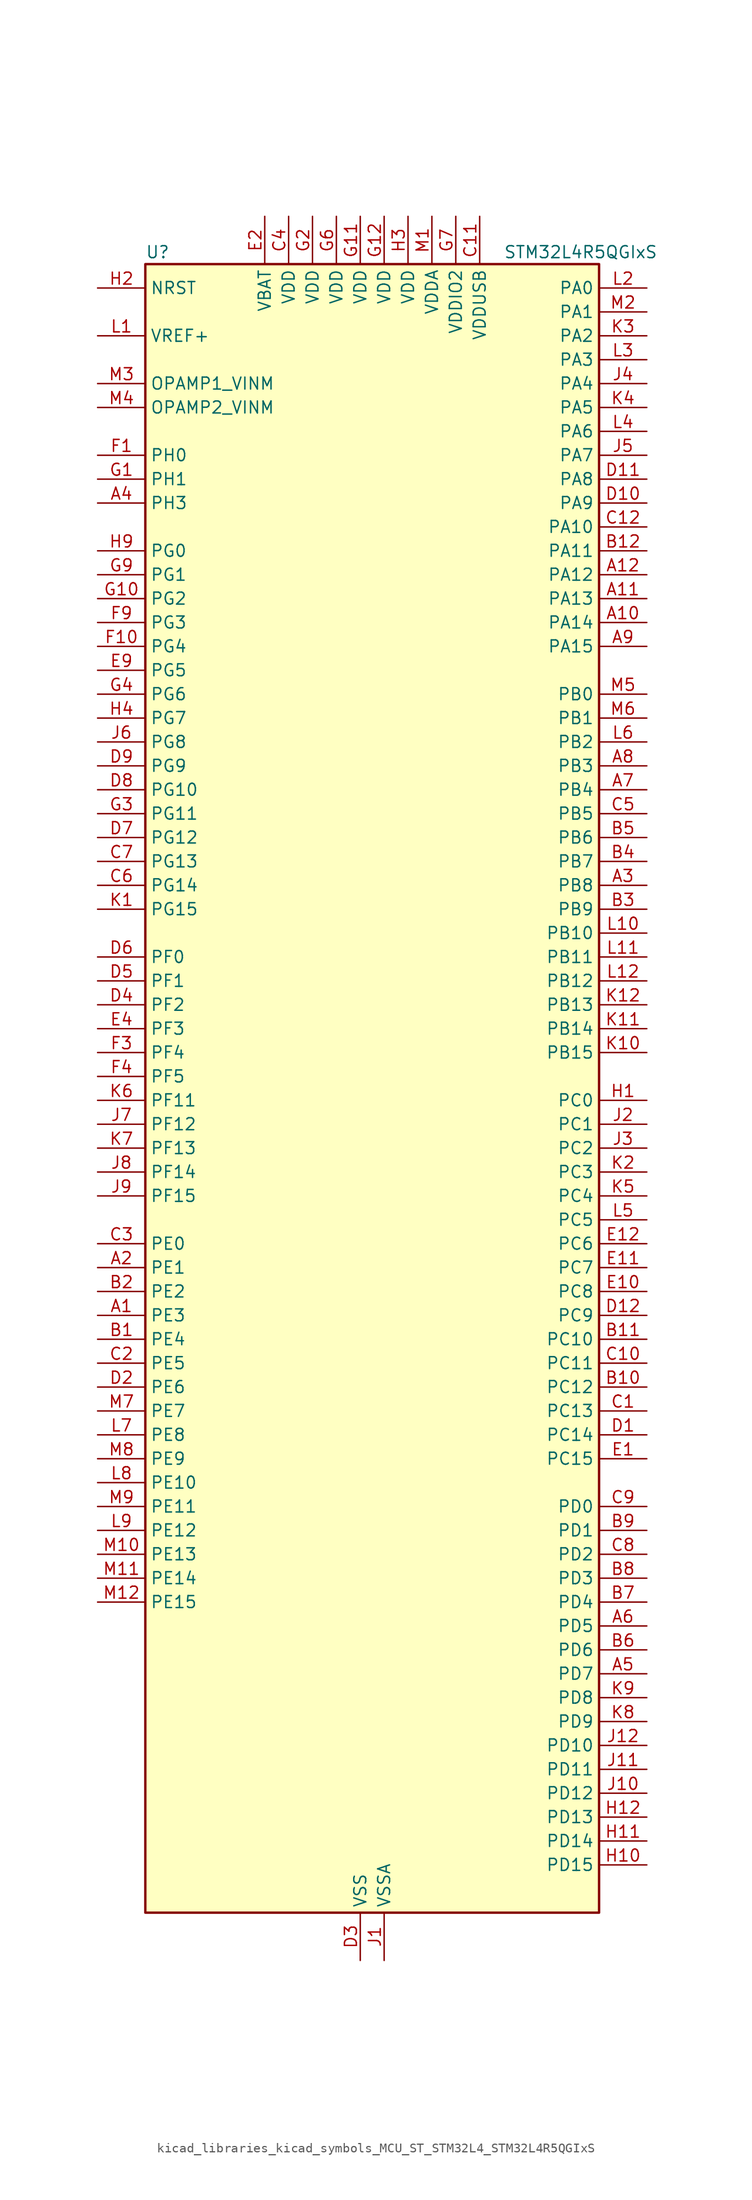
<source format=kicad_sym>
(kicad_symbol_lib
  (version 20220914)
  (generator kicad_symbol_editor)
  (symbol "kicad_libraries_kicad_symbols_MCU_ST_STM32L4_STM32L4R5QGIxS"
    (property "Reference" "U"
      (at -22.86 90.17 0)
      (effects (font (size 1.27 1.27)) (justify left)))
    (property "Value" "STM32L4R5QGIxS"
      (at 15.24 90.17 0)
      (effects (font (size 1.27 1.27)) (justify left)))
    (property "ki_locked" ""
      (at 0 0 0)
      (effects (font (size 1.27 1.27))))
    (symbol "kicad_libraries_kicad_symbols_MCU_ST_STM32L4_STM32L4R5QGIxS_0_1"
      (rectangle (start -22.86 -86.36) (end 25.4 88.9) (stroke (width 0.254) (type default)) (fill (type background))))
    (symbol "kicad_libraries_kicad_symbols_MCU_ST_STM32L4_STM32L4R5QGIxS_1_1"
      (pin bidirectional line (at -27.94 -22.86 0) (length 5.08) (name "PE3" (effects (font (size 1.27 1.27)))) (number "A1" (effects (font (size 1.27 1.27)))) (alternate "FMC_A19" bidirectional line) (alternate "OCTOSPIM_P1_DQS" bidirectional line) (alternate "SAI1_SD_B" bidirectional line) (alternate "SYS_TRACED0" bidirectional line) (alternate "TIM3_CH1" bidirectional line) (alternate "TSC_G7_IO2" bidirectional line))
      (pin bidirectional line (at 30.48 50.8 180) (length 5.08) (name "PA14" (effects (font (size 1.27 1.27)))) (number "A10" (effects (font (size 1.27 1.27)))) (alternate "I2C1_SMBA" bidirectional line) (alternate "I2C4_SMBA" bidirectional line) (alternate "LPTIM1_OUT" bidirectional line) (alternate "SAI1_FS_B" bidirectional line) (alternate "SYS_JTCK-SWCLK" bidirectional line) (alternate "USB_OTG_FS_SOF" bidirectional line))
      (pin bidirectional line (at 30.48 53.34 180) (length 5.08) (name "PA13" (effects (font (size 1.27 1.27)))) (number "A11" (effects (font (size 1.27 1.27)))) (alternate "IR_OUT" bidirectional line) (alternate "SAI1_SD_B" bidirectional line) (alternate "SYS_JTMS-SWDIO" bidirectional line) (alternate "USB_OTG_FS_NOE" bidirectional line))
      (pin bidirectional line (at 30.48 55.88 180) (length 5.08) (name "PA12" (effects (font (size 1.27 1.27)))) (number "A12" (effects (font (size 1.27 1.27)))) (alternate "CAN1_TX" bidirectional line) (alternate "SPI1_MOSI" bidirectional line) (alternate "TIM1_ETR" bidirectional line) (alternate "USART1_DE" bidirectional line) (alternate "USART1_RTS" bidirectional line) (alternate "USB_OTG_FS_DP" bidirectional line))
      (pin bidirectional line (at -27.94 -17.78 0) (length 5.08) (name "PE1" (effects (font (size 1.27 1.27)))) (number "A2" (effects (font (size 1.27 1.27)))) (alternate "DCMI_D3" bidirectional line) (alternate "FMC_NBL1" bidirectional line) (alternate "TIM17_CH1" bidirectional line))
      (pin bidirectional line (at 30.48 22.86 180) (length 5.08) (name "PB8" (effects (font (size 1.27 1.27)))) (number "A3" (effects (font (size 1.27 1.27)))) (alternate "CAN1_RX" bidirectional line) (alternate "DCMI_D6" bidirectional line) (alternate "DFSDM1_CKOUT" bidirectional line) (alternate "DFSDM1_DATIN6" bidirectional line) (alternate "I2C1_SCL" bidirectional line) (alternate "SAI1_CK1" bidirectional line) (alternate "SAI1_MCLK_A" bidirectional line) (alternate "SDMMC1_CKIN" bidirectional line) (alternate "SDMMC1_D4" bidirectional line) (alternate "TIM16_CH1" bidirectional line) (alternate "TIM4_CH3" bidirectional line))
      (pin bidirectional line (at -27.94 63.5 0) (length 5.08) (name "PH3" (effects (font (size 1.27 1.27)))) (number "A4" (effects (font (size 1.27 1.27)))))
      (pin bidirectional line (at 30.48 -60.96 180) (length 5.08) (name "PD7" (effects (font (size 1.27 1.27)))) (number "A5" (effects (font (size 1.27 1.27)))) (alternate "DFSDM1_CKIN1" bidirectional line) (alternate "FMC_NCE" bidirectional line) (alternate "FMC_NE1" bidirectional line) (alternate "OCTOSPIM_P1_IO7" bidirectional line) (alternate "USART2_CK" bidirectional line))
      (pin bidirectional line (at 30.48 -55.88 180) (length 5.08) (name "PD5" (effects (font (size 1.27 1.27)))) (number "A6" (effects (font (size 1.27 1.27)))) (alternate "FMC_NWE" bidirectional line) (alternate "OCTOSPIM_P1_IO5" bidirectional line) (alternate "USART2_TX" bidirectional line))
      (pin bidirectional line (at 30.48 33.02 180) (length 5.08) (name "PB4" (effects (font (size 1.27 1.27)))) (number "A7" (effects (font (size 1.27 1.27)))) (alternate "COMP2_INP" bidirectional line) (alternate "DCMI_D12" bidirectional line) (alternate "I2C3_SDA" bidirectional line) (alternate "SAI1_MCLK_B" bidirectional line) (alternate "SPI1_MISO" bidirectional line) (alternate "SPI3_MISO" bidirectional line) (alternate "SYS_JTRST" bidirectional line) (alternate "TIM17_BKIN" bidirectional line) (alternate "TIM3_CH1" bidirectional line) (alternate "TSC_G2_IO1" bidirectional line) (alternate "UART5_DE" bidirectional line) (alternate "UART5_RTS" bidirectional line) (alternate "USART1_CTS" bidirectional line) (alternate "USART1_NSS" bidirectional line))
      (pin bidirectional line (at 30.48 35.56 180) (length 5.08) (name "PB3" (effects (font (size 1.27 1.27)))) (number "A8" (effects (font (size 1.27 1.27)))) (alternate "COMP2_INM" bidirectional line) (alternate "CRS_SYNC" bidirectional line) (alternate "SAI1_SCK_B" bidirectional line) (alternate "SPI1_SCK" bidirectional line) (alternate "SPI3_SCK" bidirectional line) (alternate "SYS_JTDO-SWO" bidirectional line) (alternate "TIM2_CH2" bidirectional line) (alternate "USART1_DE" bidirectional line) (alternate "USART1_RTS" bidirectional line))
      (pin bidirectional line (at 30.48 48.26 180) (length 5.08) (name "PA15" (effects (font (size 1.27 1.27)))) (number "A9" (effects (font (size 1.27 1.27)))) (alternate "ADC1_EXTI15" bidirectional line) (alternate "SAI2_FS_B" bidirectional line) (alternate "SPI1_NSS" bidirectional line) (alternate "SPI3_NSS" bidirectional line) (alternate "SYS_JTDI" bidirectional line) (alternate "TIM2_CH1" bidirectional line) (alternate "TIM2_ETR" bidirectional line) (alternate "TSC_G3_IO1" bidirectional line) (alternate "UART4_DE" bidirectional line) (alternate "UART4_RTS" bidirectional line) (alternate "USART2_RX" bidirectional line) (alternate "USART3_DE" bidirectional line) (alternate "USART3_RTS" bidirectional line))
      (pin bidirectional line (at -27.94 -25.4 0) (length 5.08) (name "PE4" (effects (font (size 1.27 1.27)))) (number "B1" (effects (font (size 1.27 1.27)))) (alternate "DCMI_D4" bidirectional line) (alternate "DFSDM1_DATIN3" bidirectional line) (alternate "FMC_A20" bidirectional line) (alternate "SAI1_D2" bidirectional line) (alternate "SAI1_FS_A" bidirectional line) (alternate "SYS_TRACED1" bidirectional line) (alternate "TIM3_CH2" bidirectional line) (alternate "TSC_G7_IO3" bidirectional line))
      (pin bidirectional line (at 30.48 -30.48 180) (length 5.08) (name "PC12" (effects (font (size 1.27 1.27)))) (number "B10" (effects (font (size 1.27 1.27)))) (alternate "DCMI_D9" bidirectional line) (alternate "SAI2_SD_B" bidirectional line) (alternate "SDMMC1_CK" bidirectional line) (alternate "SPI3_MOSI" bidirectional line) (alternate "SYS_TRACED3" bidirectional line) (alternate "TSC_G3_IO4" bidirectional line) (alternate "UART5_TX" bidirectional line) (alternate "USART3_CK" bidirectional line))
      (pin bidirectional line (at 30.48 -25.4 180) (length 5.08) (name "PC10" (effects (font (size 1.27 1.27)))) (number "B11" (effects (font (size 1.27 1.27)))) (alternate "DCMI_D8" bidirectional line) (alternate "SAI2_SCK_B" bidirectional line) (alternate "SDMMC1_D2" bidirectional line) (alternate "SPI3_SCK" bidirectional line) (alternate "SYS_TRACED1" bidirectional line) (alternate "TSC_G3_IO2" bidirectional line) (alternate "UART4_TX" bidirectional line) (alternate "USART3_TX" bidirectional line))
      (pin bidirectional line (at 30.48 58.42 180) (length 5.08) (name "PA11" (effects (font (size 1.27 1.27)))) (number "B12" (effects (font (size 1.27 1.27)))) (alternate "ADC1_EXTI11" bidirectional line) (alternate "CAN1_RX" bidirectional line) (alternate "SPI1_MISO" bidirectional line) (alternate "TIM1_BKIN2" bidirectional line) (alternate "TIM1_CH4" bidirectional line) (alternate "USART1_CTS" bidirectional line) (alternate "USART1_NSS" bidirectional line) (alternate "USB_OTG_FS_DM" bidirectional line))
      (pin bidirectional line (at -27.94 -20.32 0) (length 5.08) (name "PE2" (effects (font (size 1.27 1.27)))) (number "B2" (effects (font (size 1.27 1.27)))) (alternate "FMC_A23" bidirectional line) (alternate "SAI1_CK1" bidirectional line) (alternate "SAI1_MCLK_A" bidirectional line) (alternate "SYS_TRACECLK" bidirectional line) (alternate "TIM3_ETR" bidirectional line) (alternate "TSC_G7_IO1" bidirectional line))
      (pin bidirectional line (at 30.48 20.32 180) (length 5.08) (name "PB9" (effects (font (size 1.27 1.27)))) (number "B3" (effects (font (size 1.27 1.27)))) (alternate "CAN1_TX" bidirectional line) (alternate "DAC1_EXTI9" bidirectional line) (alternate "DCMI_D7" bidirectional line) (alternate "DFSDM1_CKIN6" bidirectional line) (alternate "I2C1_SDA" bidirectional line) (alternate "IR_OUT" bidirectional line) (alternate "SAI1_D2" bidirectional line) (alternate "SAI1_FS_A" bidirectional line) (alternate "SDMMC1_CDIR" bidirectional line) (alternate "SDMMC1_D5" bidirectional line) (alternate "SPI2_NSS" bidirectional line) (alternate "TIM17_CH1" bidirectional line) (alternate "TIM4_CH4" bidirectional line))
      (pin bidirectional line (at 30.48 25.4 180) (length 5.08) (name "PB7" (effects (font (size 1.27 1.27)))) (number "B4" (effects (font (size 1.27 1.27)))) (alternate "COMP2_INM" bidirectional line) (alternate "DCMI_VSYNC" bidirectional line) (alternate "DFSDM1_CKIN5" bidirectional line) (alternate "FMC_NL" bidirectional line) (alternate "I2C1_SDA" bidirectional line) (alternate "I2C4_SDA" bidirectional line) (alternate "LPTIM1_IN2" bidirectional line) (alternate "SYS_PVD_IN" bidirectional line) (alternate "TIM17_CH1N" bidirectional line) (alternate "TIM4_CH2" bidirectional line) (alternate "TIM8_BKIN" bidirectional line) (alternate "TSC_G2_IO4" bidirectional line) (alternate "UART4_CTS" bidirectional line) (alternate "USART1_RX" bidirectional line))
      (pin bidirectional line (at 30.48 27.94 180) (length 5.08) (name "PB6" (effects (font (size 1.27 1.27)))) (number "B5" (effects (font (size 1.27 1.27)))) (alternate "COMP2_INP" bidirectional line) (alternate "DCMI_D5" bidirectional line) (alternate "DFSDM1_DATIN5" bidirectional line) (alternate "I2C1_SCL" bidirectional line) (alternate "I2C4_SCL" bidirectional line) (alternate "LPTIM1_ETR" bidirectional line) (alternate "SAI1_FS_B" bidirectional line) (alternate "TIM16_CH1N" bidirectional line) (alternate "TIM4_CH1" bidirectional line) (alternate "TIM8_BKIN2" bidirectional line) (alternate "TSC_G2_IO3" bidirectional line) (alternate "USART1_TX" bidirectional line))
      (pin bidirectional line (at 30.48 -58.42 180) (length 5.08) (name "PD6" (effects (font (size 1.27 1.27)))) (number "B6" (effects (font (size 1.27 1.27)))) (alternate "DCMI_D10" bidirectional line) (alternate "DFSDM1_DATIN1" bidirectional line) (alternate "FMC_NWAIT" bidirectional line) (alternate "OCTOSPIM_P1_IO6" bidirectional line) (alternate "SAI1_D1" bidirectional line) (alternate "SAI1_SD_A" bidirectional line) (alternate "SPI3_MOSI" bidirectional line) (alternate "USART2_RX" bidirectional line))
      (pin bidirectional line (at 30.48 -53.34 180) (length 5.08) (name "PD4" (effects (font (size 1.27 1.27)))) (number "B7" (effects (font (size 1.27 1.27)))) (alternate "DFSDM1_CKIN0" bidirectional line) (alternate "FMC_NOE" bidirectional line) (alternate "OCTOSPIM_P1_IO4" bidirectional line) (alternate "SPI2_MOSI" bidirectional line) (alternate "USART2_DE" bidirectional line) (alternate "USART2_RTS" bidirectional line))
      (pin bidirectional line (at 30.48 -50.8 180) (length 5.08) (name "PD3" (effects (font (size 1.27 1.27)))) (number "B8" (effects (font (size 1.27 1.27)))) (alternate "DCMI_D5" bidirectional line) (alternate "DFSDM1_DATIN0" bidirectional line) (alternate "FMC_CLK" bidirectional line) (alternate "OCTOSPIM_P2_NCS" bidirectional line) (alternate "SPI2_MISO" bidirectional line) (alternate "SPI2_SCK" bidirectional line) (alternate "USART2_CTS" bidirectional line) (alternate "USART2_NSS" bidirectional line))
      (pin bidirectional line (at 30.48 -45.72 180) (length 5.08) (name "PD1" (effects (font (size 1.27 1.27)))) (number "B9" (effects (font (size 1.27 1.27)))) (alternate "CAN1_TX" bidirectional line) (alternate "DFSDM1_CKIN7" bidirectional line) (alternate "FMC_D3" bidirectional line) (alternate "FMC_DA3" bidirectional line) (alternate "SPI2_SCK" bidirectional line))
      (pin bidirectional line (at 30.48 -33.02 180) (length 5.08) (name "PC13" (effects (font (size 1.27 1.27)))) (number "C1" (effects (font (size 1.27 1.27)))) (alternate "RTC_OUT_ALARM" bidirectional line) (alternate "RTC_OUT_CALIB" bidirectional line) (alternate "RTC_TAMP1" bidirectional line) (alternate "RTC_TS" bidirectional line) (alternate "SYS_WKUP2" bidirectional line))
      (pin bidirectional line (at 30.48 -27.94 180) (length 5.08) (name "PC11" (effects (font (size 1.27 1.27)))) (number "C10" (effects (font (size 1.27 1.27)))) (alternate "ADC1_EXTI11" bidirectional line) (alternate "DCMI_D2" bidirectional line) (alternate "DCMI_D4" bidirectional line) (alternate "OCTOSPIM_P1_NCS" bidirectional line) (alternate "SAI2_MCLK_B" bidirectional line) (alternate "SDMMC1_D3" bidirectional line) (alternate "SPI3_MISO" bidirectional line) (alternate "TSC_G3_IO3" bidirectional line) (alternate "UART4_RX" bidirectional line) (alternate "USART3_RX" bidirectional line))
      (pin power_in line (at 12.7 93.98 270) (length 5.08) (name "VDDUSB" (effects (font (size 1.27 1.27)))) (number "C11" (effects (font (size 1.27 1.27)))))
      (pin bidirectional line (at 30.48 60.96 180) (length 5.08) (name "PA10" (effects (font (size 1.27 1.27)))) (number "C12" (effects (font (size 1.27 1.27)))) (alternate "DCMI_D1" bidirectional line) (alternate "SAI1_D1" bidirectional line) (alternate "SAI1_SD_A" bidirectional line) (alternate "TIM17_BKIN" bidirectional line) (alternate "TIM1_CH3" bidirectional line) (alternate "USART1_RX" bidirectional line) (alternate "USB_OTG_FS_ID" bidirectional line))
      (pin bidirectional line (at -27.94 -27.94 0) (length 5.08) (name "PE5" (effects (font (size 1.27 1.27)))) (number "C2" (effects (font (size 1.27 1.27)))) (alternate "DCMI_D6" bidirectional line) (alternate "DFSDM1_CKIN3" bidirectional line) (alternate "FMC_A21" bidirectional line) (alternate "SAI1_CK2" bidirectional line) (alternate "SAI1_SCK_A" bidirectional line) (alternate "SYS_TRACED2" bidirectional line) (alternate "TIM3_CH3" bidirectional line) (alternate "TSC_G7_IO4" bidirectional line))
      (pin bidirectional line (at -27.94 -15.24 0) (length 5.08) (name "PE0" (effects (font (size 1.27 1.27)))) (number "C3" (effects (font (size 1.27 1.27)))) (alternate "DCMI_D2" bidirectional line) (alternate "FMC_NBL0" bidirectional line) (alternate "TIM16_CH1" bidirectional line) (alternate "TIM4_ETR" bidirectional line))
      (pin power_in line (at -7.62 93.98 270) (length 5.08) (name "VDD" (effects (font (size 1.27 1.27)))) (number "C4" (effects (font (size 1.27 1.27)))))
      (pin bidirectional line (at 30.48 30.48 180) (length 5.08) (name "PB5" (effects (font (size 1.27 1.27)))) (number "C5" (effects (font (size 1.27 1.27)))) (alternate "COMP2_OUT" bidirectional line) (alternate "DCMI_D10" bidirectional line) (alternate "I2C1_SMBA" bidirectional line) (alternate "LPTIM1_IN1" bidirectional line) (alternate "SAI1_SD_B" bidirectional line) (alternate "SPI1_MOSI" bidirectional line) (alternate "SPI3_MOSI" bidirectional line) (alternate "TIM16_BKIN" bidirectional line) (alternate "TIM3_CH2" bidirectional line) (alternate "TSC_G2_IO2" bidirectional line) (alternate "UART5_CTS" bidirectional line) (alternate "USART1_CK" bidirectional line))
      (pin bidirectional line (at -27.94 22.86 0) (length 5.08) (name "PG14" (effects (font (size 1.27 1.27)))) (number "C6" (effects (font (size 1.27 1.27)))) (alternate "FMC_A25" bidirectional line) (alternate "I2C1_SCL" bidirectional line))
      (pin bidirectional line (at -27.94 25.4 0) (length 5.08) (name "PG13" (effects (font (size 1.27 1.27)))) (number "C7" (effects (font (size 1.27 1.27)))) (alternate "FMC_A24" bidirectional line) (alternate "I2C1_SDA" bidirectional line) (alternate "USART1_CK" bidirectional line))
      (pin bidirectional line (at 30.48 -48.26 180) (length 5.08) (name "PD2" (effects (font (size 1.27 1.27)))) (number "C8" (effects (font (size 1.27 1.27)))) (alternate "DCMI_D11" bidirectional line) (alternate "SDMMC1_CMD" bidirectional line) (alternate "SYS_TRACED2" bidirectional line) (alternate "TIM3_ETR" bidirectional line) (alternate "TSC_SYNC" bidirectional line) (alternate "UART5_RX" bidirectional line) (alternate "USART3_DE" bidirectional line) (alternate "USART3_RTS" bidirectional line))
      (pin bidirectional line (at 30.48 -43.18 180) (length 5.08) (name "PD0" (effects (font (size 1.27 1.27)))) (number "C9" (effects (font (size 1.27 1.27)))) (alternate "CAN1_RX" bidirectional line) (alternate "DFSDM1_DATIN7" bidirectional line) (alternate "FMC_D2" bidirectional line) (alternate "FMC_DA2" bidirectional line) (alternate "SPI2_NSS" bidirectional line))
      (pin bidirectional line (at 30.48 -35.56 180) (length 5.08) (name "PC14" (effects (font (size 1.27 1.27)))) (number "D1" (effects (font (size 1.27 1.27)))) (alternate "RCC_OSC32_IN" bidirectional line))
      (pin bidirectional line (at 30.48 63.5 180) (length 5.08) (name "PA9" (effects (font (size 1.27 1.27)))) (number "D10" (effects (font (size 1.27 1.27)))) (alternate "DAC1_EXTI9" bidirectional line) (alternate "DCMI_D0" bidirectional line) (alternate "SAI1_FS_A" bidirectional line) (alternate "SPI2_SCK" bidirectional line) (alternate "TIM15_BKIN" bidirectional line) (alternate "TIM1_CH2" bidirectional line) (alternate "USART1_TX" bidirectional line) (alternate "USB_OTG_FS_VBUS" bidirectional line))
      (pin bidirectional line (at 30.48 66.04 180) (length 5.08) (name "PA8" (effects (font (size 1.27 1.27)))) (number "D11" (effects (font (size 1.27 1.27)))) (alternate "LPTIM2_OUT" bidirectional line) (alternate "RCC_MCO" bidirectional line) (alternate "SAI1_CK2" bidirectional line) (alternate "SAI1_SCK_A" bidirectional line) (alternate "TIM1_CH1" bidirectional line) (alternate "USART1_CK" bidirectional line) (alternate "USB_OTG_FS_SOF" bidirectional line))
      (pin bidirectional line (at 30.48 -22.86 180) (length 5.08) (name "PC9" (effects (font (size 1.27 1.27)))) (number "D12" (effects (font (size 1.27 1.27)))) (alternate "DAC1_EXTI9" bidirectional line) (alternate "DCMI_D3" bidirectional line) (alternate "I2C3_SDA" bidirectional line) (alternate "SAI2_EXTCLK" bidirectional line) (alternate "SDMMC1_D1" bidirectional line) (alternate "SYS_TRACED0" bidirectional line) (alternate "TIM3_CH4" bidirectional line) (alternate "TIM8_BKIN2" bidirectional line) (alternate "TIM8_CH4" bidirectional line) (alternate "TSC_G4_IO4" bidirectional line) (alternate "USB_OTG_FS_NOE" bidirectional line))
      (pin bidirectional line (at -27.94 -30.48 0) (length 5.08) (name "PE6" (effects (font (size 1.27 1.27)))) (number "D2" (effects (font (size 1.27 1.27)))) (alternate "DCMI_D7" bidirectional line) (alternate "FMC_A22" bidirectional line) (alternate "RTC_TAMP3" bidirectional line) (alternate "SAI1_D1" bidirectional line) (alternate "SAI1_SD_A" bidirectional line) (alternate "SYS_TRACED3" bidirectional line) (alternate "SYS_WKUP3" bidirectional line) (alternate "TIM3_CH4" bidirectional line))
      (pin power_in line (at 0 -91.44 90) (length 5.08) (name "VSS" (effects (font (size 1.27 1.27)))) (number "D3" (effects (font (size 1.27 1.27)))))
      (pin bidirectional line (at -27.94 10.16 0) (length 5.08) (name "PF2" (effects (font (size 1.27 1.27)))) (number "D4" (effects (font (size 1.27 1.27)))) (alternate "FMC_A2" bidirectional line) (alternate "I2C2_SMBA" bidirectional line) (alternate "OCTOSPIM_P2_IO2" bidirectional line))
      (pin bidirectional line (at -27.94 12.7 0) (length 5.08) (name "PF1" (effects (font (size 1.27 1.27)))) (number "D5" (effects (font (size 1.27 1.27)))) (alternate "FMC_A1" bidirectional line) (alternate "I2C2_SCL" bidirectional line) (alternate "OCTOSPIM_P2_IO1" bidirectional line))
      (pin bidirectional line (at -27.94 15.24 0) (length 5.08) (name "PF0" (effects (font (size 1.27 1.27)))) (number "D6" (effects (font (size 1.27 1.27)))) (alternate "FMC_A0" bidirectional line) (alternate "I2C2_SDA" bidirectional line) (alternate "OCTOSPIM_P2_IO0" bidirectional line))
      (pin bidirectional line (at -27.94 27.94 0) (length 5.08) (name "PG12" (effects (font (size 1.27 1.27)))) (number "D7" (effects (font (size 1.27 1.27)))) (alternate "FMC_NE4" bidirectional line) (alternate "LPTIM1_ETR" bidirectional line) (alternate "OCTOSPIM_P2_NCS" bidirectional line) (alternate "SAI2_SD_A" bidirectional line) (alternate "SPI3_NSS" bidirectional line) (alternate "USART1_DE" bidirectional line) (alternate "USART1_RTS" bidirectional line))
      (pin bidirectional line (at -27.94 33.02 0) (length 5.08) (name "PG10" (effects (font (size 1.27 1.27)))) (number "D8" (effects (font (size 1.27 1.27)))) (alternate "FMC_NE3" bidirectional line) (alternate "LPTIM1_IN1" bidirectional line) (alternate "OCTOSPIM_P2_IO7" bidirectional line) (alternate "SAI2_FS_A" bidirectional line) (alternate "SPI3_MISO" bidirectional line) (alternate "TIM15_CH1" bidirectional line) (alternate "USART1_RX" bidirectional line))
      (pin bidirectional line (at -27.94 35.56 0) (length 5.08) (name "PG9" (effects (font (size 1.27 1.27)))) (number "D9" (effects (font (size 1.27 1.27)))) (alternate "DAC1_EXTI9" bidirectional line) (alternate "FMC_NCE" bidirectional line) (alternate "FMC_NE2" bidirectional line) (alternate "OCTOSPIM_P2_IO6" bidirectional line) (alternate "SAI2_SCK_A" bidirectional line) (alternate "SPI3_SCK" bidirectional line) (alternate "TIM15_CH1N" bidirectional line) (alternate "USART1_TX" bidirectional line))
      (pin bidirectional line (at 30.48 -38.1 180) (length 5.08) (name "PC15" (effects (font (size 1.27 1.27)))) (number "E1" (effects (font (size 1.27 1.27)))) (alternate "ADC1_EXTI15" bidirectional line) (alternate "RCC_OSC32_OUT" bidirectional line))
      (pin bidirectional line (at 30.48 -20.32 180) (length 5.08) (name "PC8" (effects (font (size 1.27 1.27)))) (number "E10" (effects (font (size 1.27 1.27)))) (alternate "DCMI_D2" bidirectional line) (alternate "SDMMC1_D0" bidirectional line) (alternate "TIM3_CH3" bidirectional line) (alternate "TIM8_CH3" bidirectional line) (alternate "TSC_G4_IO3" bidirectional line))
      (pin bidirectional line (at 30.48 -17.78 180) (length 5.08) (name "PC7" (effects (font (size 1.27 1.27)))) (number "E11" (effects (font (size 1.27 1.27)))) (alternate "DCMI_D1" bidirectional line) (alternate "DFSDM1_DATIN3" bidirectional line) (alternate "SAI2_MCLK_B" bidirectional line) (alternate "SDMMC1_D123DIR" bidirectional line) (alternate "SDMMC1_D7" bidirectional line) (alternate "TIM3_CH2" bidirectional line) (alternate "TIM8_CH2" bidirectional line) (alternate "TSC_G4_IO2" bidirectional line))
      (pin bidirectional line (at 30.48 -15.24 180) (length 5.08) (name "PC6" (effects (font (size 1.27 1.27)))) (number "E12" (effects (font (size 1.27 1.27)))) (alternate "DCMI_D0" bidirectional line) (alternate "DFSDM1_CKIN3" bidirectional line) (alternate "SAI2_MCLK_A" bidirectional line) (alternate "SDMMC1_D0DIR" bidirectional line) (alternate "SDMMC1_D6" bidirectional line) (alternate "TIM3_CH1" bidirectional line) (alternate "TIM8_CH1" bidirectional line) (alternate "TSC_G4_IO1" bidirectional line))
      (pin power_in line (at -10.16 93.98 270) (length 5.08) (name "VBAT" (effects (font (size 1.27 1.27)))) (number "E2" (effects (font (size 1.27 1.27)))))
      (pin passive line (at 0 -91.44 90) (length 5.08) hide (name "VSS" (effects (font (size 1.27 1.27)))) (number "E3" (effects (font (size 1.27 1.27)))))
      (pin bidirectional line (at -27.94 7.62 0) (length 5.08) (name "PF3" (effects (font (size 1.27 1.27)))) (number "E4" (effects (font (size 1.27 1.27)))) (alternate "FMC_A3" bidirectional line) (alternate "OCTOSPIM_P2_IO3" bidirectional line))
      (pin bidirectional line (at -27.94 45.72 0) (length 5.08) (name "PG5" (effects (font (size 1.27 1.27)))) (number "E9" (effects (font (size 1.27 1.27)))) (alternate "FMC_A15" bidirectional line) (alternate "LPUART1_CTS" bidirectional line) (alternate "SAI2_SD_B" bidirectional line) (alternate "SPI1_NSS" bidirectional line))
      (pin bidirectional line (at -27.94 68.58 0) (length 5.08) (name "PH0" (effects (font (size 1.27 1.27)))) (number "F1" (effects (font (size 1.27 1.27)))) (alternate "RCC_OSC_IN" bidirectional line))
      (pin bidirectional line (at -27.94 48.26 0) (length 5.08) (name "PG4" (effects (font (size 1.27 1.27)))) (number "F10" (effects (font (size 1.27 1.27)))) (alternate "FMC_A14" bidirectional line) (alternate "SAI2_MCLK_B" bidirectional line) (alternate "SPI1_MOSI" bidirectional line))
      (pin passive line (at 0 -91.44 90) (length 5.08) hide (name "VSS" (effects (font (size 1.27 1.27)))) (number "F11" (effects (font (size 1.27 1.27)))))
      (pin passive line (at 0 -91.44 90) (length 5.08) hide (name "VSS" (effects (font (size 1.27 1.27)))) (number "F12" (effects (font (size 1.27 1.27)))))
      (pin passive line (at 0 -91.44 90) (length 5.08) hide (name "VSS" (effects (font (size 1.27 1.27)))) (number "F2" (effects (font (size 1.27 1.27)))))
      (pin bidirectional line (at -27.94 5.08 0) (length 5.08) (name "PF4" (effects (font (size 1.27 1.27)))) (number "F3" (effects (font (size 1.27 1.27)))) (alternate "FMC_A4" bidirectional line) (alternate "OCTOSPIM_P2_CLK" bidirectional line))
      (pin bidirectional line (at -27.94 2.54 0) (length 5.08) (name "PF5" (effects (font (size 1.27 1.27)))) (number "F4" (effects (font (size 1.27 1.27)))) (alternate "FMC_A5" bidirectional line))
      (pin passive line (at 0 -91.44 90) (length 5.08) hide (name "VSS" (effects (font (size 1.27 1.27)))) (number "F6" (effects (font (size 1.27 1.27)))))
      (pin passive line (at 0 -91.44 90) (length 5.08) hide (name "VSS" (effects (font (size 1.27 1.27)))) (number "F7" (effects (font (size 1.27 1.27)))))
      (pin bidirectional line (at -27.94 50.8 0) (length 5.08) (name "PG3" (effects (font (size 1.27 1.27)))) (number "F9" (effects (font (size 1.27 1.27)))) (alternate "FMC_A13" bidirectional line) (alternate "SAI2_FS_B" bidirectional line) (alternate "SPI1_MISO" bidirectional line))
      (pin bidirectional line (at -27.94 66.04 0) (length 5.08) (name "PH1" (effects (font (size 1.27 1.27)))) (number "G1" (effects (font (size 1.27 1.27)))) (alternate "RCC_OSC_OUT" bidirectional line))
      (pin bidirectional line (at -27.94 53.34 0) (length 5.08) (name "PG2" (effects (font (size 1.27 1.27)))) (number "G10" (effects (font (size 1.27 1.27)))) (alternate "FMC_A12" bidirectional line) (alternate "SAI2_SCK_B" bidirectional line) (alternate "SPI1_SCK" bidirectional line))
      (pin power_in line (at 0 93.98 270) (length 5.08) (name "VDD" (effects (font (size 1.27 1.27)))) (number "G11" (effects (font (size 1.27 1.27)))))
      (pin power_in line (at 2.54 93.98 270) (length 5.08) (name "VDD" (effects (font (size 1.27 1.27)))) (number "G12" (effects (font (size 1.27 1.27)))))
      (pin power_in line (at -5.08 93.98 270) (length 5.08) (name "VDD" (effects (font (size 1.27 1.27)))) (number "G2" (effects (font (size 1.27 1.27)))))
      (pin bidirectional line (at -27.94 30.48 0) (length 5.08) (name "PG11" (effects (font (size 1.27 1.27)))) (number "G3" (effects (font (size 1.27 1.27)))) (alternate "ADC1_EXTI11" bidirectional line) (alternate "LPTIM1_IN2" bidirectional line) (alternate "OCTOSPIM_P1_IO5" bidirectional line) (alternate "SAI2_MCLK_A" bidirectional line) (alternate "SPI3_MOSI" bidirectional line) (alternate "TIM15_CH2" bidirectional line) (alternate "USART1_CTS" bidirectional line) (alternate "USART1_NSS" bidirectional line))
      (pin bidirectional line (at -27.94 43.18 0) (length 5.08) (name "PG6" (effects (font (size 1.27 1.27)))) (number "G4" (effects (font (size 1.27 1.27)))) (alternate "I2C3_SMBA" bidirectional line) (alternate "LPUART1_DE" bidirectional line) (alternate "LPUART1_RTS" bidirectional line) (alternate "OCTOSPIM_P1_DQS" bidirectional line))
      (pin power_in line (at -2.54 93.98 270) (length 5.08) (name "VDD" (effects (font (size 1.27 1.27)))) (number "G6" (effects (font (size 1.27 1.27)))))
      (pin power_in line (at 10.16 93.98 270) (length 5.08) (name "VDDIO2" (effects (font (size 1.27 1.27)))) (number "G7" (effects (font (size 1.27 1.27)))))
      (pin bidirectional line (at -27.94 55.88 0) (length 5.08) (name "PG1" (effects (font (size 1.27 1.27)))) (number "G9" (effects (font (size 1.27 1.27)))) (alternate "FMC_A11" bidirectional line) (alternate "OCTOSPIM_P2_IO5" bidirectional line) (alternate "TSC_G8_IO4" bidirectional line))
      (pin bidirectional line (at 30.48 0 180) (length 5.08) (name "PC0" (effects (font (size 1.27 1.27)))) (number "H1" (effects (font (size 1.27 1.27)))) (alternate "ADC1_IN1" bidirectional line) (alternate "DFSDM1_DATIN4" bidirectional line) (alternate "I2C3_SCL" bidirectional line) (alternate "LPTIM1_IN1" bidirectional line) (alternate "LPTIM2_IN1" bidirectional line) (alternate "LPUART1_RX" bidirectional line) (alternate "SAI2_FS_A" bidirectional line))
      (pin bidirectional line (at 30.48 -81.28 180) (length 5.08) (name "PD15" (effects (font (size 1.27 1.27)))) (number "H10" (effects (font (size 1.27 1.27)))) (alternate "ADC1_EXTI15" bidirectional line) (alternate "FMC_D1" bidirectional line) (alternate "FMC_DA1" bidirectional line) (alternate "TIM4_CH4" bidirectional line))
      (pin bidirectional line (at 30.48 -78.74 180) (length 5.08) (name "PD14" (effects (font (size 1.27 1.27)))) (number "H11" (effects (font (size 1.27 1.27)))) (alternate "FMC_D0" bidirectional line) (alternate "FMC_DA0" bidirectional line) (alternate "TIM4_CH3" bidirectional line))
      (pin bidirectional line (at 30.48 -76.2 180) (length 5.08) (name "PD13" (effects (font (size 1.27 1.27)))) (number "H12" (effects (font (size 1.27 1.27)))) (alternate "FMC_A18" bidirectional line) (alternate "I2C4_SDA" bidirectional line) (alternate "LPTIM2_OUT" bidirectional line) (alternate "TIM4_CH2" bidirectional line) (alternate "TSC_G6_IO4" bidirectional line))
      (pin input line (at -27.94 86.36 0) (length 5.08) (name "NRST" (effects (font (size 1.27 1.27)))) (number "H2" (effects (font (size 1.27 1.27)))))
      (pin power_in line (at 5.08 93.98 270) (length 5.08) (name "VDD" (effects (font (size 1.27 1.27)))) (number "H3" (effects (font (size 1.27 1.27)))))
      (pin bidirectional line (at -27.94 40.64 0) (length 5.08) (name "PG7" (effects (font (size 1.27 1.27)))) (number "H4" (effects (font (size 1.27 1.27)))) (alternate "DFSDM1_CKOUT" bidirectional line) (alternate "FMC_INT" bidirectional line) (alternate "I2C3_SCL" bidirectional line) (alternate "LPUART1_TX" bidirectional line) (alternate "OCTOSPIM_P2_DQS" bidirectional line) (alternate "SAI1_CK1" bidirectional line) (alternate "SAI1_MCLK_A" bidirectional line))
      (pin bidirectional line (at -27.94 58.42 0) (length 5.08) (name "PG0" (effects (font (size 1.27 1.27)))) (number "H9" (effects (font (size 1.27 1.27)))) (alternate "FMC_A10" bidirectional line) (alternate "OCTOSPIM_P2_IO4" bidirectional line) (alternate "TSC_G8_IO3" bidirectional line))
      (pin power_in line (at 2.54 -91.44 90) (length 5.08) (name "VSSA" (effects (font (size 1.27 1.27)))) (number "J1" (effects (font (size 1.27 1.27)))))
      (pin bidirectional line (at 30.48 -73.66 180) (length 5.08) (name "PD12" (effects (font (size 1.27 1.27)))) (number "J10" (effects (font (size 1.27 1.27)))) (alternate "FMC_A17" bidirectional line) (alternate "FMC_ALE" bidirectional line) (alternate "I2C4_SCL" bidirectional line) (alternate "LPTIM2_IN1" bidirectional line) (alternate "SAI2_FS_A" bidirectional line) (alternate "TIM4_CH1" bidirectional line) (alternate "TSC_G6_IO3" bidirectional line) (alternate "USART3_DE" bidirectional line) (alternate "USART3_RTS" bidirectional line))
      (pin bidirectional line (at 30.48 -71.12 180) (length 5.08) (name "PD11" (effects (font (size 1.27 1.27)))) (number "J11" (effects (font (size 1.27 1.27)))) (alternate "ADC1_EXTI11" bidirectional line) (alternate "FMC_A16" bidirectional line) (alternate "FMC_CLE" bidirectional line) (alternate "I2C4_SMBA" bidirectional line) (alternate "LPTIM2_ETR" bidirectional line) (alternate "SAI2_SD_A" bidirectional line) (alternate "TSC_G6_IO2" bidirectional line) (alternate "USART3_CTS" bidirectional line) (alternate "USART3_NSS" bidirectional line))
      (pin bidirectional line (at 30.48 -68.58 180) (length 5.08) (name "PD10" (effects (font (size 1.27 1.27)))) (number "J12" (effects (font (size 1.27 1.27)))) (alternate "FMC_D15" bidirectional line) (alternate "FMC_DA15" bidirectional line) (alternate "SAI2_SCK_A" bidirectional line) (alternate "TSC_G6_IO1" bidirectional line) (alternate "USART3_CK" bidirectional line))
      (pin bidirectional line (at 30.48 -2.54 180) (length 5.08) (name "PC1" (effects (font (size 1.27 1.27)))) (number "J2" (effects (font (size 1.27 1.27)))) (alternate "ADC1_IN2" bidirectional line) (alternate "DFSDM1_CKIN4" bidirectional line) (alternate "I2C3_SDA" bidirectional line) (alternate "LPTIM1_OUT" bidirectional line) (alternate "LPUART1_TX" bidirectional line) (alternate "OCTOSPIM_P1_IO4" bidirectional line) (alternate "SAI1_SD_A" bidirectional line) (alternate "SPI2_MOSI" bidirectional line) (alternate "SYS_TRACED0" bidirectional line))
      (pin bidirectional line (at 30.48 -5.08 180) (length 5.08) (name "PC2" (effects (font (size 1.27 1.27)))) (number "J3" (effects (font (size 1.27 1.27)))) (alternate "ADC1_IN3" bidirectional line) (alternate "DFSDM1_CKOUT" bidirectional line) (alternate "LPTIM1_IN2" bidirectional line) (alternate "OCTOSPIM_P1_IO5" bidirectional line) (alternate "SPI2_MISO" bidirectional line))
      (pin bidirectional line (at 30.48 76.2 180) (length 5.08) (name "PA4" (effects (font (size 1.27 1.27)))) (number "J4" (effects (font (size 1.27 1.27)))) (alternate "ADC1_IN9" bidirectional line) (alternate "DAC1_OUT1" bidirectional line) (alternate "DCMI_HSYNC" bidirectional line) (alternate "LPTIM2_OUT" bidirectional line) (alternate "OCTOSPIM_P1_NCS" bidirectional line) (alternate "SAI1_FS_B" bidirectional line) (alternate "SPI1_NSS" bidirectional line) (alternate "SPI3_NSS" bidirectional line) (alternate "USART2_CK" bidirectional line))
      (pin bidirectional line (at 30.48 68.58 180) (length 5.08) (name "PA7" (effects (font (size 1.27 1.27)))) (number "J5" (effects (font (size 1.27 1.27)))) (alternate "ADC1_IN12" bidirectional line) (alternate "I2C3_SCL" bidirectional line) (alternate "OCTOSPIM_P1_IO2" bidirectional line) (alternate "OPAMP2_VINM" bidirectional line) (alternate "SPI1_MOSI" bidirectional line) (alternate "TIM17_CH1" bidirectional line) (alternate "TIM1_CH1N" bidirectional line) (alternate "TIM3_CH2" bidirectional line) (alternate "TIM8_CH1N" bidirectional line))
      (pin bidirectional line (at -27.94 38.1 0) (length 5.08) (name "PG8" (effects (font (size 1.27 1.27)))) (number "J6" (effects (font (size 1.27 1.27)))) (alternate "I2C3_SDA" bidirectional line) (alternate "LPUART1_RX" bidirectional line))
      (pin bidirectional line (at -27.94 -2.54 0) (length 5.08) (name "PF12" (effects (font (size 1.27 1.27)))) (number "J7" (effects (font (size 1.27 1.27)))) (alternate "FMC_A6" bidirectional line) (alternate "OCTOSPIM_P2_DQS" bidirectional line))
      (pin bidirectional line (at -27.94 -7.62 0) (length 5.08) (name "PF14" (effects (font (size 1.27 1.27)))) (number "J8" (effects (font (size 1.27 1.27)))) (alternate "DFSDM1_CKIN6" bidirectional line) (alternate "FMC_A8" bidirectional line) (alternate "I2C4_SCL" bidirectional line) (alternate "TSC_G8_IO1" bidirectional line))
      (pin bidirectional line (at -27.94 -10.16 0) (length 5.08) (name "PF15" (effects (font (size 1.27 1.27)))) (number "J9" (effects (font (size 1.27 1.27)))) (alternate "ADC1_EXTI15" bidirectional line) (alternate "FMC_A9" bidirectional line) (alternate "I2C4_SDA" bidirectional line) (alternate "TSC_G8_IO2" bidirectional line))
      (pin bidirectional line (at -27.94 20.32 0) (length 5.08) (name "PG15" (effects (font (size 1.27 1.27)))) (number "K1" (effects (font (size 1.27 1.27)))) (alternate "ADC1_EXTI15" bidirectional line) (alternate "DCMI_D13" bidirectional line) (alternate "I2C1_SMBA" bidirectional line) (alternate "LPTIM1_OUT" bidirectional line) (alternate "OCTOSPIM_P2_DQS" bidirectional line))
      (pin bidirectional line (at 30.48 5.08 180) (length 5.08) (name "PB15" (effects (font (size 1.27 1.27)))) (number "K10" (effects (font (size 1.27 1.27)))) (alternate "ADC1_EXTI15" bidirectional line) (alternate "DFSDM1_CKIN2" bidirectional line) (alternate "RTC_REFIN" bidirectional line) (alternate "SAI2_SD_A" bidirectional line) (alternate "SPI2_MOSI" bidirectional line) (alternate "TIM15_CH2" bidirectional line) (alternate "TIM1_CH3N" bidirectional line) (alternate "TIM8_CH3N" bidirectional line) (alternate "TSC_G1_IO4" bidirectional line))
      (pin bidirectional line (at 30.48 7.62 180) (length 5.08) (name "PB14" (effects (font (size 1.27 1.27)))) (number "K11" (effects (font (size 1.27 1.27)))) (alternate "DFSDM1_DATIN2" bidirectional line) (alternate "I2C2_SDA" bidirectional line) (alternate "SAI2_MCLK_A" bidirectional line) (alternate "SPI2_MISO" bidirectional line) (alternate "TIM15_CH1" bidirectional line) (alternate "TIM1_CH2N" bidirectional line) (alternate "TIM8_CH2N" bidirectional line) (alternate "TSC_G1_IO3" bidirectional line) (alternate "USART3_DE" bidirectional line) (alternate "USART3_RTS" bidirectional line))
      (pin bidirectional line (at 30.48 10.16 180) (length 5.08) (name "PB13" (effects (font (size 1.27 1.27)))) (number "K12" (effects (font (size 1.27 1.27)))) (alternate "DFSDM1_CKIN1" bidirectional line) (alternate "I2C2_SCL" bidirectional line) (alternate "LPUART1_CTS" bidirectional line) (alternate "SAI2_SCK_A" bidirectional line) (alternate "SPI2_SCK" bidirectional line) (alternate "TIM15_CH1N" bidirectional line) (alternate "TIM1_CH1N" bidirectional line) (alternate "TSC_G1_IO2" bidirectional line) (alternate "USART3_CTS" bidirectional line) (alternate "USART3_NSS" bidirectional line))
      (pin bidirectional line (at 30.48 -7.62 180) (length 5.08) (name "PC3" (effects (font (size 1.27 1.27)))) (number "K2" (effects (font (size 1.27 1.27)))) (alternate "ADC1_IN4" bidirectional line) (alternate "LPTIM1_ETR" bidirectional line) (alternate "LPTIM2_ETR" bidirectional line) (alternate "OCTOSPIM_P1_IO6" bidirectional line) (alternate "SAI1_D1" bidirectional line) (alternate "SAI1_SD_A" bidirectional line) (alternate "SPI2_MOSI" bidirectional line))
      (pin bidirectional line (at 30.48 81.28 180) (length 5.08) (name "PA2" (effects (font (size 1.27 1.27)))) (number "K3" (effects (font (size 1.27 1.27)))) (alternate "ADC1_IN7" bidirectional line) (alternate "LPUART1_TX" bidirectional line) (alternate "OCTOSPIM_P1_NCS" bidirectional line) (alternate "RCC_LSCO" bidirectional line) (alternate "SAI2_EXTCLK" bidirectional line) (alternate "SYS_WKUP4" bidirectional line) (alternate "TIM15_CH1" bidirectional line) (alternate "TIM2_CH3" bidirectional line) (alternate "TIM5_CH3" bidirectional line) (alternate "USART2_TX" bidirectional line))
      (pin bidirectional line (at 30.48 73.66 180) (length 5.08) (name "PA5" (effects (font (size 1.27 1.27)))) (number "K4" (effects (font (size 1.27 1.27)))) (alternate "ADC1_IN10" bidirectional line) (alternate "DAC1_OUT2" bidirectional line) (alternate "LPTIM2_ETR" bidirectional line) (alternate "SPI1_SCK" bidirectional line) (alternate "TIM2_CH1" bidirectional line) (alternate "TIM2_ETR" bidirectional line) (alternate "TIM8_CH1N" bidirectional line))
      (pin bidirectional line (at 30.48 -10.16 180) (length 5.08) (name "PC4" (effects (font (size 1.27 1.27)))) (number "K5" (effects (font (size 1.27 1.27)))) (alternate "ADC1_IN13" bidirectional line) (alternate "COMP1_INM" bidirectional line) (alternate "OCTOSPIM_P1_IO7" bidirectional line) (alternate "USART3_TX" bidirectional line))
      (pin bidirectional line (at -27.94 0 0) (length 5.08) (name "PF11" (effects (font (size 1.27 1.27)))) (number "K6" (effects (font (size 1.27 1.27)))) (alternate "ADC1_EXTI11" bidirectional line) (alternate "DCMI_D12" bidirectional line))
      (pin bidirectional line (at -27.94 -5.08 0) (length 5.08) (name "PF13" (effects (font (size 1.27 1.27)))) (number "K7" (effects (font (size 1.27 1.27)))) (alternate "DFSDM1_DATIN6" bidirectional line) (alternate "FMC_A7" bidirectional line) (alternate "I2C4_SMBA" bidirectional line))
      (pin bidirectional line (at 30.48 -66.04 180) (length 5.08) (name "PD9" (effects (font (size 1.27 1.27)))) (number "K8" (effects (font (size 1.27 1.27)))) (alternate "DAC1_EXTI9" bidirectional line) (alternate "DCMI_PIXCLK" bidirectional line) (alternate "FMC_D14" bidirectional line) (alternate "FMC_DA14" bidirectional line) (alternate "SAI2_MCLK_A" bidirectional line) (alternate "USART3_RX" bidirectional line))
      (pin bidirectional line (at 30.48 -63.5 180) (length 5.08) (name "PD8" (effects (font (size 1.27 1.27)))) (number "K9" (effects (font (size 1.27 1.27)))) (alternate "DCMI_HSYNC" bidirectional line) (alternate "FMC_D13" bidirectional line) (alternate "FMC_DA13" bidirectional line) (alternate "USART3_TX" bidirectional line))
      (pin input line (at -27.94 81.28 0) (length 5.08) (name "VREF+" (effects (font (size 1.27 1.27)))) (number "L1" (effects (font (size 1.27 1.27)))) (alternate "VREFBUF_OUT" bidirectional line))
      (pin bidirectional line (at 30.48 17.78 180) (length 5.08) (name "PB10" (effects (font (size 1.27 1.27)))) (number "L10" (effects (font (size 1.27 1.27)))) (alternate "COMP1_OUT" bidirectional line) (alternate "DFSDM1_DATIN7" bidirectional line) (alternate "I2C2_SCL" bidirectional line) (alternate "I2C4_SCL" bidirectional line) (alternate "LPUART1_RX" bidirectional line) (alternate "OCTOSPIM_P1_CLK" bidirectional line) (alternate "SAI1_SCK_A" bidirectional line) (alternate "SPI2_SCK" bidirectional line) (alternate "TIM2_CH3" bidirectional line) (alternate "TSC_SYNC" bidirectional line) (alternate "USART3_TX" bidirectional line))
      (pin bidirectional line (at 30.48 15.24 180) (length 5.08) (name "PB11" (effects (font (size 1.27 1.27)))) (number "L11" (effects (font (size 1.27 1.27)))) (alternate "ADC1_EXTI11" bidirectional line) (alternate "COMP2_OUT" bidirectional line) (alternate "DFSDM1_CKIN7" bidirectional line) (alternate "I2C2_SDA" bidirectional line) (alternate "I2C4_SDA" bidirectional line) (alternate "LPUART1_TX" bidirectional line) (alternate "OCTOSPIM_P1_NCS" bidirectional line) (alternate "TIM2_CH4" bidirectional line) (alternate "USART3_RX" bidirectional line))
      (pin bidirectional line (at 30.48 12.7 180) (length 5.08) (name "PB12" (effects (font (size 1.27 1.27)))) (number "L12" (effects (font (size 1.27 1.27)))) (alternate "DFSDM1_DATIN1" bidirectional line) (alternate "I2C2_SMBA" bidirectional line) (alternate "LPUART1_DE" bidirectional line) (alternate "LPUART1_RTS" bidirectional line) (alternate "SAI2_FS_A" bidirectional line) (alternate "SPI2_NSS" bidirectional line) (alternate "TIM15_BKIN" bidirectional line) (alternate "TIM1_BKIN" bidirectional line) (alternate "TSC_G1_IO1" bidirectional line) (alternate "USART3_CK" bidirectional line))
      (pin bidirectional line (at 30.48 86.36 180) (length 5.08) (name "PA0" (effects (font (size 1.27 1.27)))) (number "L2" (effects (font (size 1.27 1.27)))) (alternate "ADC1_IN5" bidirectional line) (alternate "OPAMP1_VINP" bidirectional line) (alternate "RTC_TAMP2" bidirectional line) (alternate "SAI1_EXTCLK" bidirectional line) (alternate "SYS_WKUP1" bidirectional line) (alternate "TIM2_CH1" bidirectional line) (alternate "TIM2_ETR" bidirectional line) (alternate "TIM5_CH1" bidirectional line) (alternate "TIM8_ETR" bidirectional line) (alternate "UART4_TX" bidirectional line) (alternate "USART2_CTS" bidirectional line) (alternate "USART2_NSS" bidirectional line))
      (pin bidirectional line (at 30.48 78.74 180) (length 5.08) (name "PA3" (effects (font (size 1.27 1.27)))) (number "L3" (effects (font (size 1.27 1.27)))) (alternate "ADC1_IN8" bidirectional line) (alternate "LPUART1_RX" bidirectional line) (alternate "OCTOSPIM_P1_CLK" bidirectional line) (alternate "OPAMP1_VOUT" bidirectional line) (alternate "SAI1_CK1" bidirectional line) (alternate "SAI1_MCLK_A" bidirectional line) (alternate "TIM15_CH2" bidirectional line) (alternate "TIM2_CH4" bidirectional line) (alternate "TIM5_CH4" bidirectional line) (alternate "USART2_RX" bidirectional line))
      (pin bidirectional line (at 30.48 71.12 180) (length 5.08) (name "PA6" (effects (font (size 1.27 1.27)))) (number "L4" (effects (font (size 1.27 1.27)))) (alternate "ADC1_IN11" bidirectional line) (alternate "DCMI_PIXCLK" bidirectional line) (alternate "LPUART1_CTS" bidirectional line) (alternate "OCTOSPIM_P1_IO3" bidirectional line) (alternate "OPAMP2_VINP" bidirectional line) (alternate "SPI1_MISO" bidirectional line) (alternate "TIM16_CH1" bidirectional line) (alternate "TIM1_BKIN" bidirectional line) (alternate "TIM3_CH1" bidirectional line) (alternate "TIM8_BKIN" bidirectional line) (alternate "USART3_CTS" bidirectional line) (alternate "USART3_NSS" bidirectional line))
      (pin bidirectional line (at 30.48 -12.7 180) (length 5.08) (name "PC5" (effects (font (size 1.27 1.27)))) (number "L5" (effects (font (size 1.27 1.27)))) (alternate "ADC1_IN14" bidirectional line) (alternate "COMP1_INP" bidirectional line) (alternate "SAI1_D3" bidirectional line) (alternate "SYS_WKUP5" bidirectional line) (alternate "USART3_RX" bidirectional line))
      (pin bidirectional line (at 30.48 38.1 180) (length 5.08) (name "PB2" (effects (font (size 1.27 1.27)))) (number "L6" (effects (font (size 1.27 1.27)))) (alternate "COMP1_INP" bidirectional line) (alternate "DFSDM1_CKIN0" bidirectional line) (alternate "I2C3_SMBA" bidirectional line) (alternate "LPTIM1_OUT" bidirectional line) (alternate "OCTOSPIM_P1_DQS" bidirectional line) (alternate "RTC_OUT_ALARM" bidirectional line) (alternate "RTC_OUT_CALIB" bidirectional line))
      (pin bidirectional line (at -27.94 -35.56 0) (length 5.08) (name "PE8" (effects (font (size 1.27 1.27)))) (number "L7" (effects (font (size 1.27 1.27)))) (alternate "DFSDM1_CKIN2" bidirectional line) (alternate "FMC_D5" bidirectional line) (alternate "FMC_DA5" bidirectional line) (alternate "SAI1_SCK_B" bidirectional line) (alternate "TIM1_CH1N" bidirectional line))
      (pin bidirectional line (at -27.94 -40.64 0) (length 5.08) (name "PE10" (effects (font (size 1.27 1.27)))) (number "L8" (effects (font (size 1.27 1.27)))) (alternate "DFSDM1_DATIN4" bidirectional line) (alternate "FMC_D7" bidirectional line) (alternate "FMC_DA7" bidirectional line) (alternate "OCTOSPIM_P1_CLK" bidirectional line) (alternate "SAI1_MCLK_B" bidirectional line) (alternate "TIM1_CH2N" bidirectional line) (alternate "TSC_G5_IO1" bidirectional line))
      (pin bidirectional line (at -27.94 -45.72 0) (length 5.08) (name "PE12" (effects (font (size 1.27 1.27)))) (number "L9" (effects (font (size 1.27 1.27)))) (alternate "DFSDM1_DATIN5" bidirectional line) (alternate "FMC_D9" bidirectional line) (alternate "FMC_DA9" bidirectional line) (alternate "OCTOSPIM_P1_IO0" bidirectional line) (alternate "SPI1_NSS" bidirectional line) (alternate "TIM1_CH3N" bidirectional line) (alternate "TSC_G5_IO3" bidirectional line))
      (pin power_in line (at 7.62 93.98 270) (length 5.08) (name "VDDA" (effects (font (size 1.27 1.27)))) (number "M1" (effects (font (size 1.27 1.27)))))
      (pin bidirectional line (at -27.94 -48.26 0) (length 5.08) (name "PE13" (effects (font (size 1.27 1.27)))) (number "M10" (effects (font (size 1.27 1.27)))) (alternate "DFSDM1_CKIN5" bidirectional line) (alternate "FMC_D10" bidirectional line) (alternate "FMC_DA10" bidirectional line) (alternate "OCTOSPIM_P1_IO1" bidirectional line) (alternate "SPI1_SCK" bidirectional line) (alternate "TIM1_CH3" bidirectional line) (alternate "TSC_G5_IO4" bidirectional line))
      (pin bidirectional line (at -27.94 -50.8 0) (length 5.08) (name "PE14" (effects (font (size 1.27 1.27)))) (number "M11" (effects (font (size 1.27 1.27)))) (alternate "FMC_D11" bidirectional line) (alternate "FMC_DA11" bidirectional line) (alternate "OCTOSPIM_P1_IO2" bidirectional line) (alternate "SPI1_MISO" bidirectional line) (alternate "TIM1_BKIN2" bidirectional line) (alternate "TIM1_CH4" bidirectional line))
      (pin bidirectional line (at -27.94 -53.34 0) (length 5.08) (name "PE15" (effects (font (size 1.27 1.27)))) (number "M12" (effects (font (size 1.27 1.27)))) (alternate "ADC1_EXTI15" bidirectional line) (alternate "FMC_D12" bidirectional line) (alternate "FMC_DA12" bidirectional line) (alternate "OCTOSPIM_P1_IO3" bidirectional line) (alternate "SPI1_MOSI" bidirectional line) (alternate "TIM1_BKIN" bidirectional line))
      (pin bidirectional line (at 30.48 83.82 180) (length 5.08) (name "PA1" (effects (font (size 1.27 1.27)))) (number "M2" (effects (font (size 1.27 1.27)))) (alternate "ADC1_IN6" bidirectional line) (alternate "I2C1_SMBA" bidirectional line) (alternate "OCTOSPIM_P1_DQS" bidirectional line) (alternate "OPAMP1_VINM" bidirectional line) (alternate "SPI1_SCK" bidirectional line) (alternate "TIM15_CH1N" bidirectional line) (alternate "TIM2_CH2" bidirectional line) (alternate "TIM5_CH2" bidirectional line) (alternate "UART4_RX" bidirectional line) (alternate "USART2_DE" bidirectional line) (alternate "USART2_RTS" bidirectional line))
      (pin bidirectional line (at -27.94 76.2 0) (length 5.08) (name "OPAMP1_VINM" (effects (font (size 1.27 1.27)))) (number "M3" (effects (font (size 1.27 1.27)))) (alternate "OPAMP1_VINM" bidirectional line))
      (pin bidirectional line (at -27.94 73.66 0) (length 5.08) (name "OPAMP2_VINM" (effects (font (size 1.27 1.27)))) (number "M4" (effects (font (size 1.27 1.27)))) (alternate "OPAMP2_VINM" bidirectional line))
      (pin bidirectional line (at 30.48 43.18 180) (length 5.08) (name "PB0" (effects (font (size 1.27 1.27)))) (number "M5" (effects (font (size 1.27 1.27)))) (alternate "ADC1_IN15" bidirectional line) (alternate "COMP1_OUT" bidirectional line) (alternate "OCTOSPIM_P1_IO1" bidirectional line) (alternate "OPAMP2_VOUT" bidirectional line) (alternate "SAI1_EXTCLK" bidirectional line) (alternate "SPI1_NSS" bidirectional line) (alternate "TIM1_CH2N" bidirectional line) (alternate "TIM3_CH3" bidirectional line) (alternate "TIM8_CH2N" bidirectional line) (alternate "USART3_CK" bidirectional line))
      (pin bidirectional line (at 30.48 40.64 180) (length 5.08) (name "PB1" (effects (font (size 1.27 1.27)))) (number "M6" (effects (font (size 1.27 1.27)))) (alternate "ADC1_IN16" bidirectional line) (alternate "COMP1_INM" bidirectional line) (alternate "DFSDM1_DATIN0" bidirectional line) (alternate "LPTIM2_IN1" bidirectional line) (alternate "LPUART1_DE" bidirectional line) (alternate "LPUART1_RTS" bidirectional line) (alternate "OCTOSPIM_P1_IO0" bidirectional line) (alternate "TIM1_CH3N" bidirectional line) (alternate "TIM3_CH4" bidirectional line) (alternate "TIM8_CH3N" bidirectional line) (alternate "USART3_DE" bidirectional line) (alternate "USART3_RTS" bidirectional line))
      (pin bidirectional line (at -27.94 -33.02 0) (length 5.08) (name "PE7" (effects (font (size 1.27 1.27)))) (number "M7" (effects (font (size 1.27 1.27)))) (alternate "DFSDM1_DATIN2" bidirectional line) (alternate "FMC_D4" bidirectional line) (alternate "FMC_DA4" bidirectional line) (alternate "SAI1_SD_B" bidirectional line) (alternate "TIM1_ETR" bidirectional line))
      (pin bidirectional line (at -27.94 -38.1 0) (length 5.08) (name "PE9" (effects (font (size 1.27 1.27)))) (number "M8" (effects (font (size 1.27 1.27)))) (alternate "DAC1_EXTI9" bidirectional line) (alternate "DFSDM1_CKOUT" bidirectional line) (alternate "FMC_D6" bidirectional line) (alternate "FMC_DA6" bidirectional line) (alternate "SAI1_FS_B" bidirectional line) (alternate "TIM1_CH1" bidirectional line))
      (pin bidirectional line (at -27.94 -43.18 0) (length 5.08) (name "PE11" (effects (font (size 1.27 1.27)))) (number "M9" (effects (font (size 1.27 1.27)))) (alternate "ADC1_EXTI11" bidirectional line) (alternate "DFSDM1_CKIN4" bidirectional line) (alternate "FMC_D8" bidirectional line) (alternate "FMC_DA8" bidirectional line) (alternate "OCTOSPIM_P1_NCS" bidirectional line) (alternate "TIM1_CH2" bidirectional line) (alternate "TSC_G5_IO2" bidirectional line)))))
</source>
